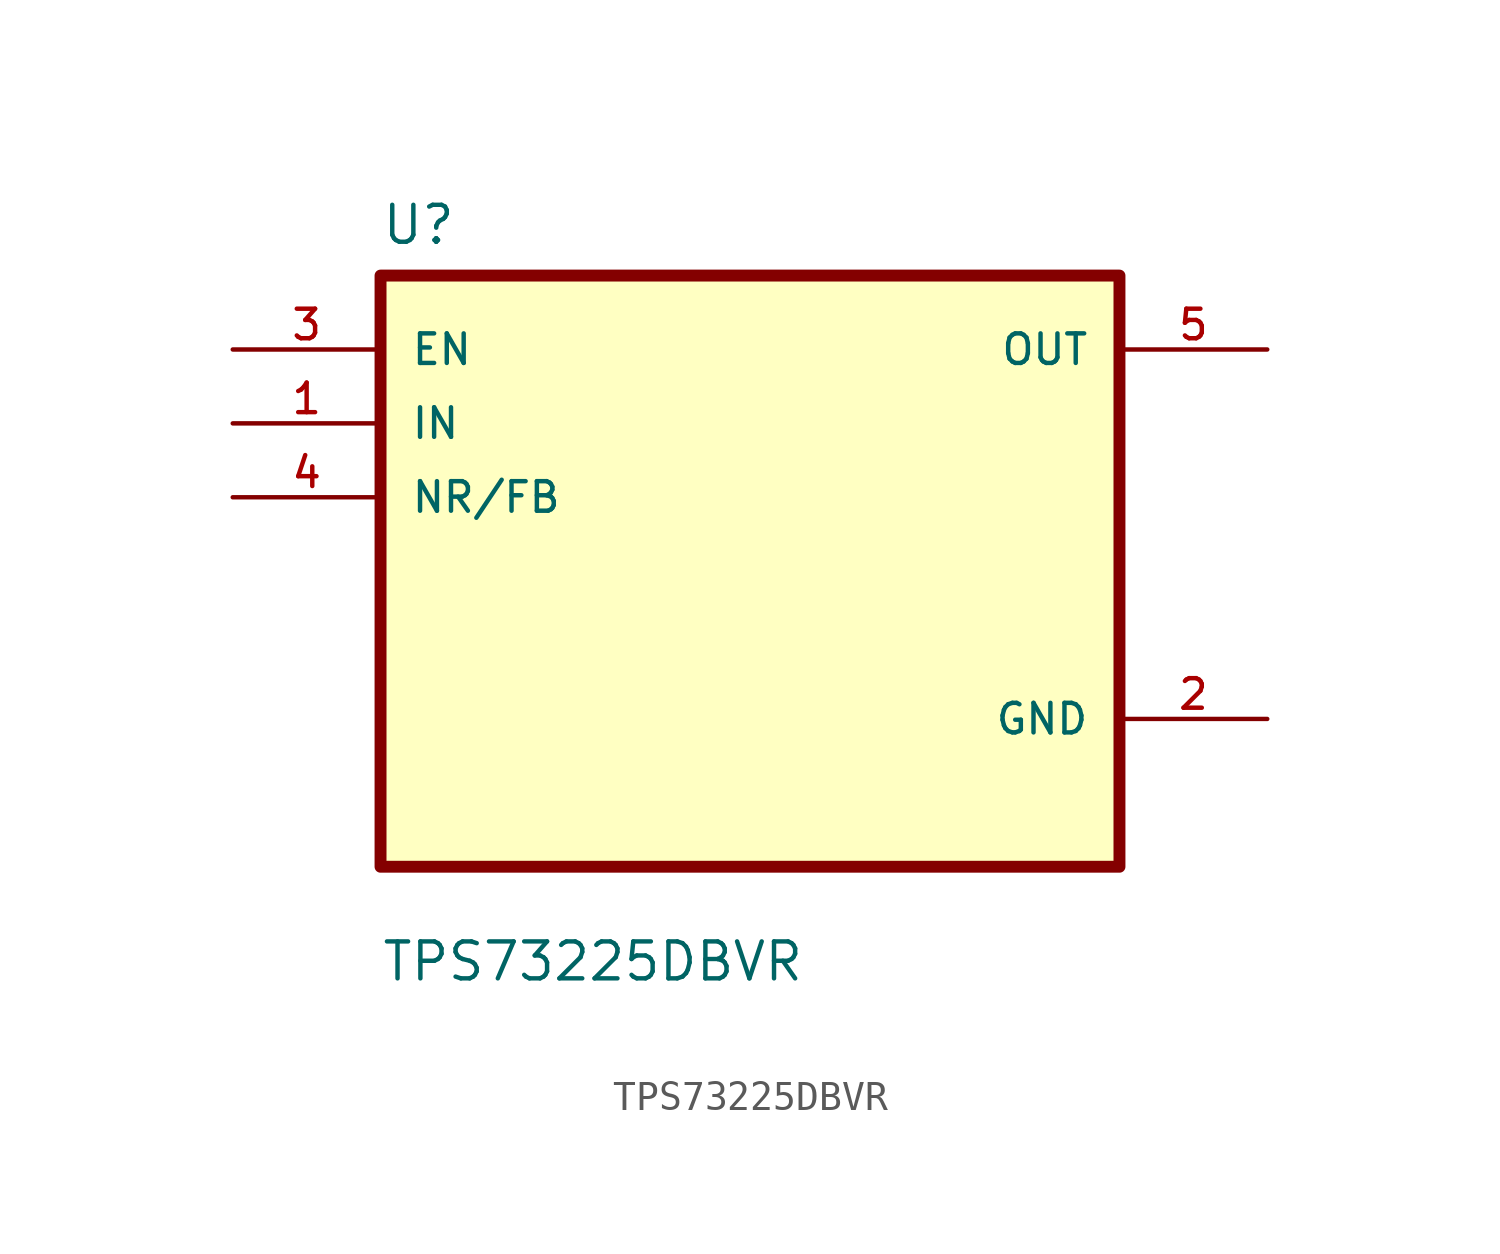
<source format=kicad_sym>
(kicad_symbol_lib
  (version 20211014)
  (generator kicad_symbol_editor)
  (symbol "TPS73225DBVR"
    (pin_names
      (offset 1.016))
    (property "Reference" "U"
      (at -12.7 11.16 0.0)
      (effects (font (size 1.27 1.27)) (justify bottom left)))
    (property "Value" "TPS73225DBVR"
      (at -12.7 -14.16 0.0)
      (effects (font (size 1.27 1.27)) (justify bottom left)))
    (symbol "TPS73225DBVR_0_0"
      (rectangle (start -12.7 -10.16) (end 12.7 10.16) (stroke (width 0.41)) (fill (type background)))
      (pin input line (at -17.78 7.62 0) (length 5.08) (name "EN" (effects (font (size 1.016 1.016)))) (number "3" (effects (font (size 1.016 1.016)))))
      (pin input line (at -17.78 5.08 0) (length 5.08) (name "IN" (effects (font (size 1.016 1.016)))) (number "1" (effects (font (size 1.016 1.016)))))
      (pin input line (at -17.78 2.54 0) (length 5.08) (name "NR/FB" (effects (font (size 1.016 1.016)))) (number "4" (effects (font (size 1.016 1.016)))))
      (pin output line (at 17.78 7.62 180.0) (length 5.08) (name "OUT" (effects (font (size 1.016 1.016)))) (number "5" (effects (font (size 1.016 1.016)))))
      (pin power_in line (at 17.78 -5.08 180.0) (length 5.08) (name "GND" (effects (font (size 1.016 1.016)))) (number "2" (effects (font (size 1.016 1.016))))))))
</source>
